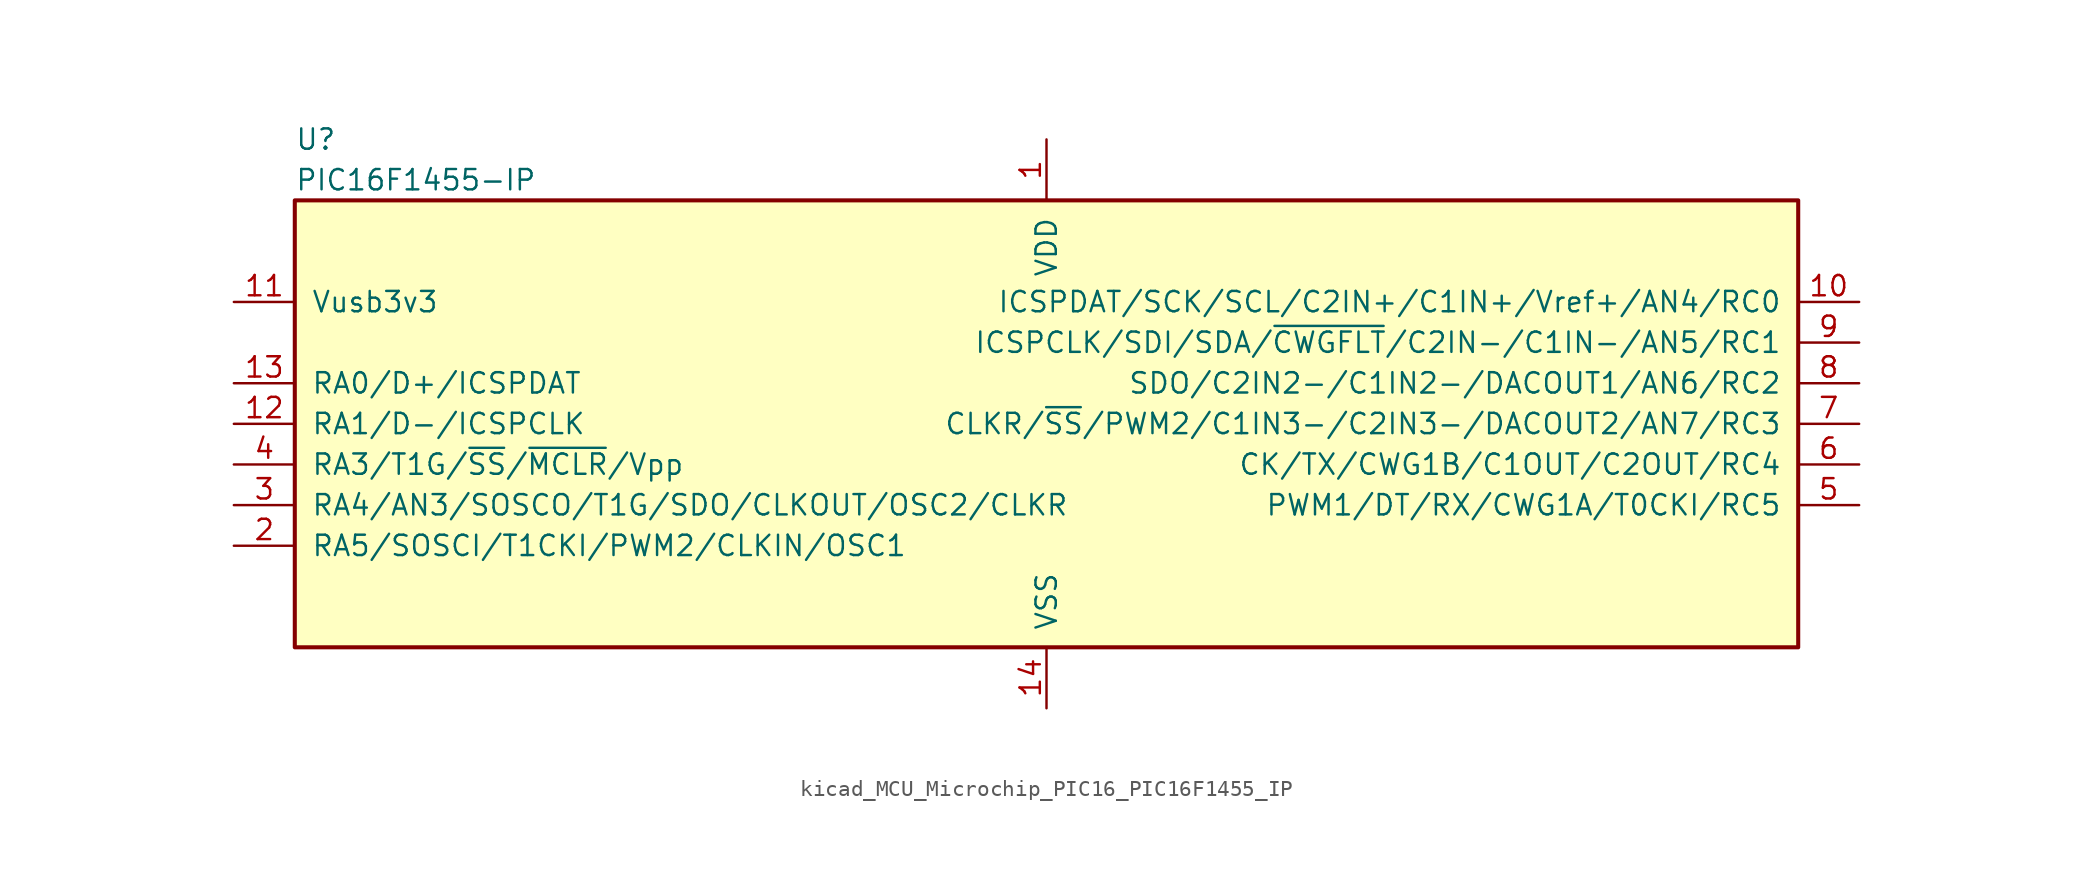
<source format=kicad_sym>
(kicad_symbol_lib
  (version 20220914)
  (generator kicad_symbol_editor)
  (symbol "kicad_MCU_Microchip_PIC16_PIC16F1455_IP"
    (pin_names
      (offset 1.016))
    (property "Reference" "U"
      (at -46.99 17.78 0)
      (effects (font (size 1.27 1.27)) (justify left)))
    (property "Value" "PIC16F1455-IP"
      (at -46.99 15.24 0)
      (effects (font (size 1.27 1.27)) (justify left)))
    (symbol "kicad_MCU_Microchip_PIC16_PIC16F1455_IP_0_1"
      (rectangle (start -46.99 13.97) (end 46.99 -13.97) (stroke (width 0.254) (type default)) (fill (type background))))
    (symbol "kicad_MCU_Microchip_PIC16_PIC16F1455_IP_1_1"
      (pin power_in line (at 0 17.78 270) (length 3.81) (name "VDD" (effects (font (size 1.27 1.27)))) (number "1" (effects (font (size 1.27 1.27)))))
      (pin bidirectional line (at 50.8 7.62 180) (length 3.81) (name "ICSPDAT/SCK/SCL/C2IN+/C1IN+/Vref+/AN4/RC0" (effects (font (size 1.27 1.27)))) (number "10" (effects (font (size 1.27 1.27)))))
      (pin bidirectional line (at -50.8 7.62 0) (length 3.81) (name "Vusb3v3" (effects (font (size 1.27 1.27)))) (number "11" (effects (font (size 1.27 1.27)))))
      (pin bidirectional line (at -50.8 0 0) (length 3.81) (name "RA1/D-/ICSPCLK" (effects (font (size 1.27 1.27)))) (number "12" (effects (font (size 1.27 1.27)))))
      (pin bidirectional line (at -50.8 2.54 0) (length 3.81) (name "RA0/D+/ICSPDAT" (effects (font (size 1.27 1.27)))) (number "13" (effects (font (size 1.27 1.27)))))
      (pin power_in line (at 0 -17.78 90) (length 3.81) (name "VSS" (effects (font (size 1.27 1.27)))) (number "14" (effects (font (size 1.27 1.27)))))
      (pin bidirectional line (at -50.8 -7.62 0) (length 3.81) (name "RA5/SOSCI/T1CKI/PWM2/CLKIN/OSC1" (effects (font (size 1.27 1.27)))) (number "2" (effects (font (size 1.27 1.27)))))
      (pin bidirectional line (at -50.8 -5.08 0) (length 3.81) (name "RA4/AN3/SOSCO/T1G/SDO/CLKOUT/OSC2/CLKR" (effects (font (size 1.27 1.27)))) (number "3" (effects (font (size 1.27 1.27)))))
      (pin input line (at -50.8 -2.54 0) (length 3.81) (name "RA3/T1G/~{SS}/~{MCLR}/Vpp" (effects (font (size 1.27 1.27)))) (number "4" (effects (font (size 1.27 1.27)))))
      (pin bidirectional line (at 50.8 -5.08 180) (length 3.81) (name "PWM1/DT/RX/CWG1A/T0CKI/RC5" (effects (font (size 1.27 1.27)))) (number "5" (effects (font (size 1.27 1.27)))))
      (pin bidirectional line (at 50.8 -2.54 180) (length 3.81) (name "CK/TX/CWG1B/C1OUT/C2OUT/RC4" (effects (font (size 1.27 1.27)))) (number "6" (effects (font (size 1.27 1.27)))))
      (pin bidirectional line (at 50.8 0 180) (length 3.81) (name "CLKR/~{SS}/PWM2/C1IN3-/C2IN3-/DACOUT2/AN7/RC3" (effects (font (size 1.27 1.27)))) (number "7" (effects (font (size 1.27 1.27)))))
      (pin bidirectional line (at 50.8 2.54 180) (length 3.81) (name "SDO/C2IN2-/C1IN2-/DACOUT1/AN6/RC2" (effects (font (size 1.27 1.27)))) (number "8" (effects (font (size 1.27 1.27)))))
      (pin bidirectional line (at 50.8 5.08 180) (length 3.81) (name "ICSPCLK/SDI/SDA/~{CWGFLT}/C2IN-/C1IN-/AN5/RC1" (effects (font (size 1.27 1.27)))) (number "9" (effects (font (size 1.27 1.27))))))))
</source>
